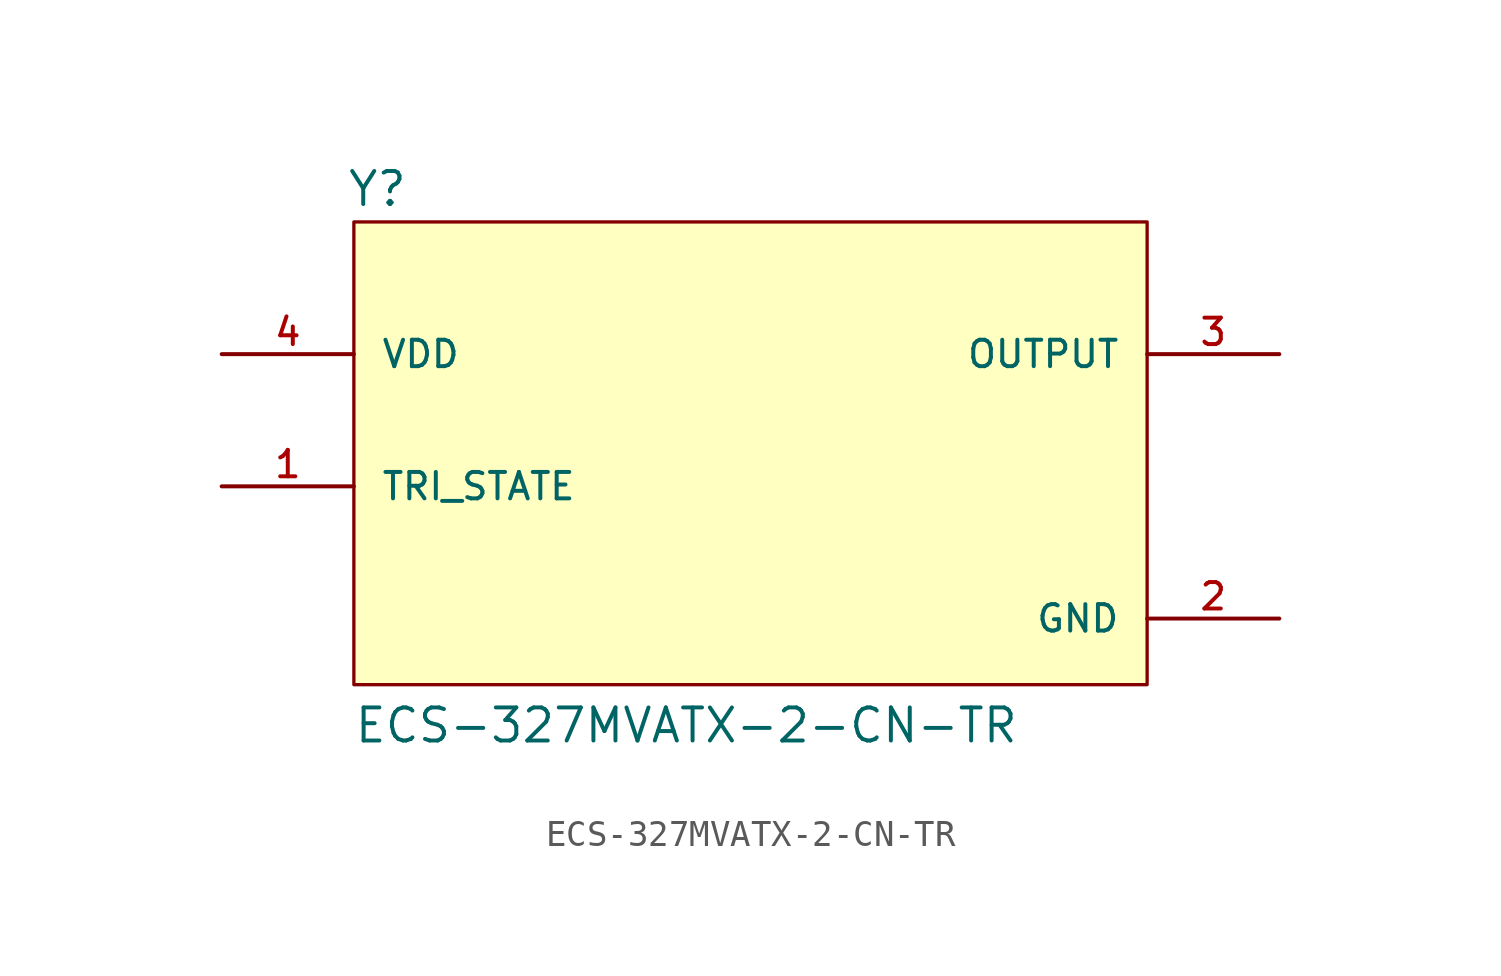
<source format=kicad_sym>
(kicad_symbol_lib
  (version 20211014)
  (generator kicad_symbol_editor)
  (symbol "ECS-327MVATX-2-CN-TR"
    (pin_names
      (offset 1.016))
    (property "Reference" "Y"
      (at -15.525 8.144 0)
      (effects (font (size 1.27 1.27)) (justify bottom left)))
    (property "Value" "ECS-327MVATX-2-CN-TR"
      (at -15.268 -12.469 0)
      (effects (font (size 1.27 1.27)) (justify bottom left)))
    (symbol "ECS-327MVATX-2-CN-TR_0_0"
      (rectangle (start -15.24 -10.16) (end 15.24 7.62) (stroke (width 0.127)) (fill (type background)))
      (pin input line (at -20.32 -2.54 0) (length 5.08) (name "TRI_STATE" (effects (font (size 1.016 1.016)))) (number "1" (effects (font (size 1.016 1.016)))))
      (pin output line (at 20.32 2.54 180.0) (length 5.08) (name "OUTPUT" (effects (font (size 1.016 1.016)))) (number "3" (effects (font (size 1.016 1.016)))))
      (pin input line (at -20.32 2.54 0) (length 5.08) (name "VDD" (effects (font (size 1.016 1.016)))) (number "4" (effects (font (size 1.016 1.016)))))
      (pin power_in line (at 20.32 -7.62 180.0) (length 5.08) (name "GND" (effects (font (size 1.016 1.016)))) (number "2" (effects (font (size 1.016 1.016))))))))
</source>
